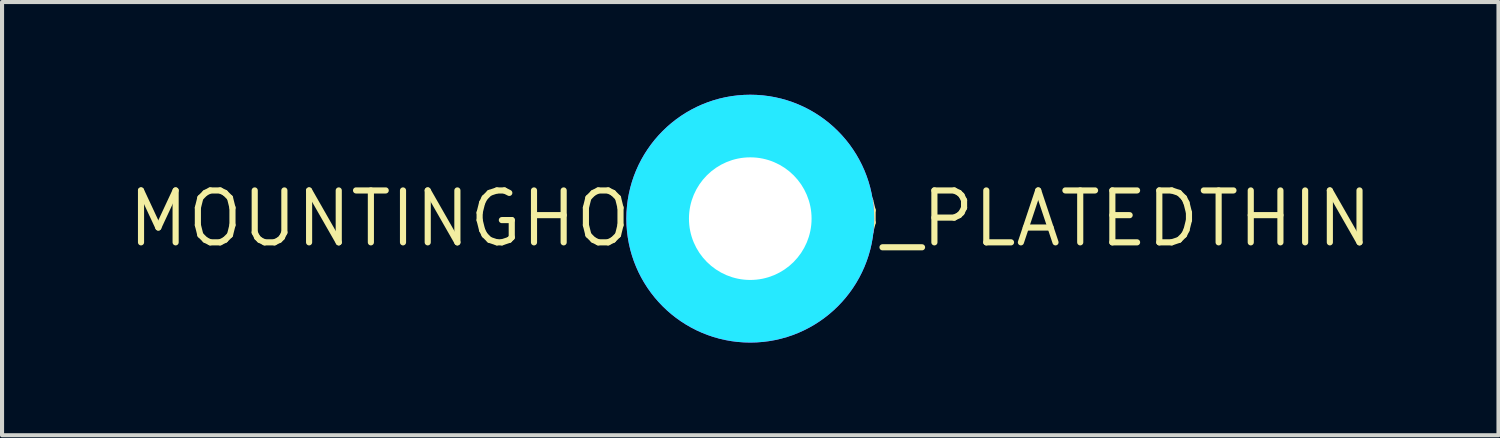
<source format=kicad_pcb>
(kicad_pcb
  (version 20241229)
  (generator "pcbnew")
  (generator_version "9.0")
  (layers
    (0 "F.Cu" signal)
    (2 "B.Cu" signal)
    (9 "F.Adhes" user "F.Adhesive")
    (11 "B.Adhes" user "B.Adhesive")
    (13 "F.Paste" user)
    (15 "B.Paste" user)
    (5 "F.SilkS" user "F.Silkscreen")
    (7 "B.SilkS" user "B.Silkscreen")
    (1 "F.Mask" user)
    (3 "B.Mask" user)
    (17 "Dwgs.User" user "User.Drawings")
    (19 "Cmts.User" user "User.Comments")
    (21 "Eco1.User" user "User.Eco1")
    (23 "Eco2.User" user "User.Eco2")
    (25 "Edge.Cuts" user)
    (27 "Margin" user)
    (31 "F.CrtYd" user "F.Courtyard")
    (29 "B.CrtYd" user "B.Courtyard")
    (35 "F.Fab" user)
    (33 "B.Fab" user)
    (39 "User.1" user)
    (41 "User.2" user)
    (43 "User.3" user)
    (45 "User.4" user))
  (footprint "MOUNTINGHOLE_3.0_PLATEDTHIN"
    (layer "F.Cu")
    (at 15.308 2.3)
    (property "Reference" "MOUNTINGHOLE_3.0_PLATEDTHIN" (at 0 0 0) (layer "F.SilkS") (effects (font (size 1.27 1.27) (thickness 0.15))))
    (fp_circle (center 0 0) (end 2.2 0) (stroke (width 0.2) (type solid)) (fill no) (layer "F.SilkS"))
    (fp_circle (center 0 0) (end 1 0) (stroke (width 2.032) (type solid)) (fill no) (layer "B.CrtYd"))
    (fp_circle (center 0 0) (end 1 0) (stroke (width 2.032) (type solid)) (fill no) (layer "F.CrtYd"))
    (pad "P$1" thru_hole circle (at 0 0) (size 3.6 3.6) (drill 3) (layers "*.Cu" "*.Mask"))
    (zone (net_name "") (layer "F.Cu") (hatch edge 0.5) (connect_pads) (min_thickness 0.25) (filled_areas_thickness no) (keepout (tracks not_allowed) (vias not_allowed) (pads not_allowed) (copperpour not_allowed) (footprints allowed)) (placement (enabled no)) (fill) (polygon (pts (xy 17.324 2.3) (xy 17.304 2.019) (xy 17.246 1.744) (xy 17.149 1.48) (xy 17.017 1.232) (xy 16.852 1.004) (xy 16.657 0.802) (xy 16.435 0.629) (xy 16.192 0.488) (xy 15.931 0.383) (xy 15.658 0.315) (xy 15.378 0.285) (xy 15.097 0.295) (xy 14.82 0.344) (xy 14.553 0.431) (xy 14.3 0.554) (xy 14.067 0.711) (xy 13.858 0.9) (xy 13.677 1.115) (xy 13.528 1.354) (xy 13.413 1.61) (xy 13.336 1.881) (xy 13.297 2.159) (xy 13.297 2.441) (xy 13.336 2.719) (xy 13.413 2.99) (xy 13.528 3.246) (xy 13.677 3.485) (xy 13.858 3.7) (xy 14.067 3.889) (xy 14.3 4.046) (xy 14.553 4.169) (xy 14.82 4.256) (xy 15.097 4.305) (xy 15.378 4.315) (xy 15.658 4.285) (xy 15.931 4.217) (xy 16.192 4.112) (xy 16.435 3.971) (xy 16.657 3.798) (xy 16.852 3.596) (xy 17.017 3.368) (xy 17.149 3.12) (xy 17.246 2.856) (xy 17.304 2.581))) (polygon (pts (xy 15.292 2.3) (xy 15.296 2.311) (xy 15.308 2.316) (xy 15.319 2.311) (xy 15.324 2.3) (xy 15.319 2.289) (xy 15.308 2.284) (xy 15.296 2.289))))
    (zone (net_name "") (layers "F.Cu" "B.Cu") (hatch edge 0.5) (connect_pads) (min_thickness 0.25) (filled_areas_thickness no) (keepout (tracks allowed) (vias not_allowed) (pads allowed) (copperpour allowed) (footprints allowed)) (placement (enabled no)) (fill) (polygon (pts (xy 17.324 2.3) (xy 17.304 2.019) (xy 17.246 1.744) (xy 17.149 1.48) (xy 17.017 1.232) (xy 16.852 1.004) (xy 16.657 0.802) (xy 16.435 0.629) (xy 16.192 0.488) (xy 15.931 0.383) (xy 15.658 0.315) (xy 15.378 0.285) (xy 15.097 0.295) (xy 14.82 0.344) (xy 14.553 0.431) (xy 14.3 0.554) (xy 14.067 0.711) (xy 13.858 0.9) (xy 13.677 1.115) (xy 13.528 1.354) (xy 13.413 1.61) (xy 13.336 1.881) (xy 13.297 2.159) (xy 13.297 2.441) (xy 13.336 2.719) (xy 13.413 2.99) (xy 13.528 3.246) (xy 13.677 3.485) (xy 13.858 3.7) (xy 14.067 3.889) (xy 14.3 4.046) (xy 14.553 4.169) (xy 14.82 4.256) (xy 15.097 4.305) (xy 15.378 4.315) (xy 15.658 4.285) (xy 15.931 4.217) (xy 16.192 4.112) (xy 16.435 3.971) (xy 16.657 3.798) (xy 16.852 3.596) (xy 17.017 3.368) (xy 17.149 3.12) (xy 17.246 2.856) (xy 17.304 2.581))) (polygon (pts (xy 15.292 2.3) (xy 15.296 2.311) (xy 15.308 2.316) (xy 15.319 2.311) (xy 15.324 2.3) (xy 15.319 2.289) (xy 15.308 2.284) (xy 15.296 2.289))))
    (zone (net_name "") (layer "B.Cu") (hatch edge 0.5) (connect_pads) (min_thickness 0.25) (filled_areas_thickness no) (keepout (tracks not_allowed) (vias not_allowed) (pads not_allowed) (copperpour not_allowed) (footprints allowed)) (placement (enabled no)) (fill) (polygon (pts (xy 17.324 2.3) (xy 17.304 2.019) (xy 17.246 1.744) (xy 17.149 1.48) (xy 17.017 1.232) (xy 16.852 1.004) (xy 16.657 0.802) (xy 16.435 0.629) (xy 16.192 0.488) (xy 15.931 0.383) (xy 15.658 0.315) (xy 15.378 0.285) (xy 15.097 0.295) (xy 14.82 0.344) (xy 14.553 0.431) (xy 14.3 0.554) (xy 14.067 0.711) (xy 13.858 0.9) (xy 13.677 1.115) (xy 13.528 1.354) (xy 13.413 1.61) (xy 13.336 1.881) (xy 13.297 2.159) (xy 13.297 2.441) (xy 13.336 2.719) (xy 13.413 2.99) (xy 13.528 3.246) (xy 13.677 3.485) (xy 13.858 3.7) (xy 14.067 3.889) (xy 14.3 4.046) (xy 14.553 4.169) (xy 14.82 4.256) (xy 15.097 4.305) (xy 15.378 4.315) (xy 15.658 4.285) (xy 15.931 4.217) (xy 16.192 4.112) (xy 16.435 3.971) (xy 16.657 3.798) (xy 16.852 3.596) (xy 17.017 3.368) (xy 17.149 3.12) (xy 17.246 2.856) (xy 17.304 2.581))) (polygon (pts (xy 15.292 2.3) (xy 15.296 2.311) (xy 15.308 2.316) (xy 15.319 2.311) (xy 15.324 2.3) (xy 15.319 2.289) (xy 15.308 2.284) (xy 15.296 2.289)))))
  (gr_rect
    (start -3 -3)
    (end 33.616 7.6)
    (stroke (width 0.1) (type default))
    (fill no)
    (layer "Edge.Cuts")))
</source>
